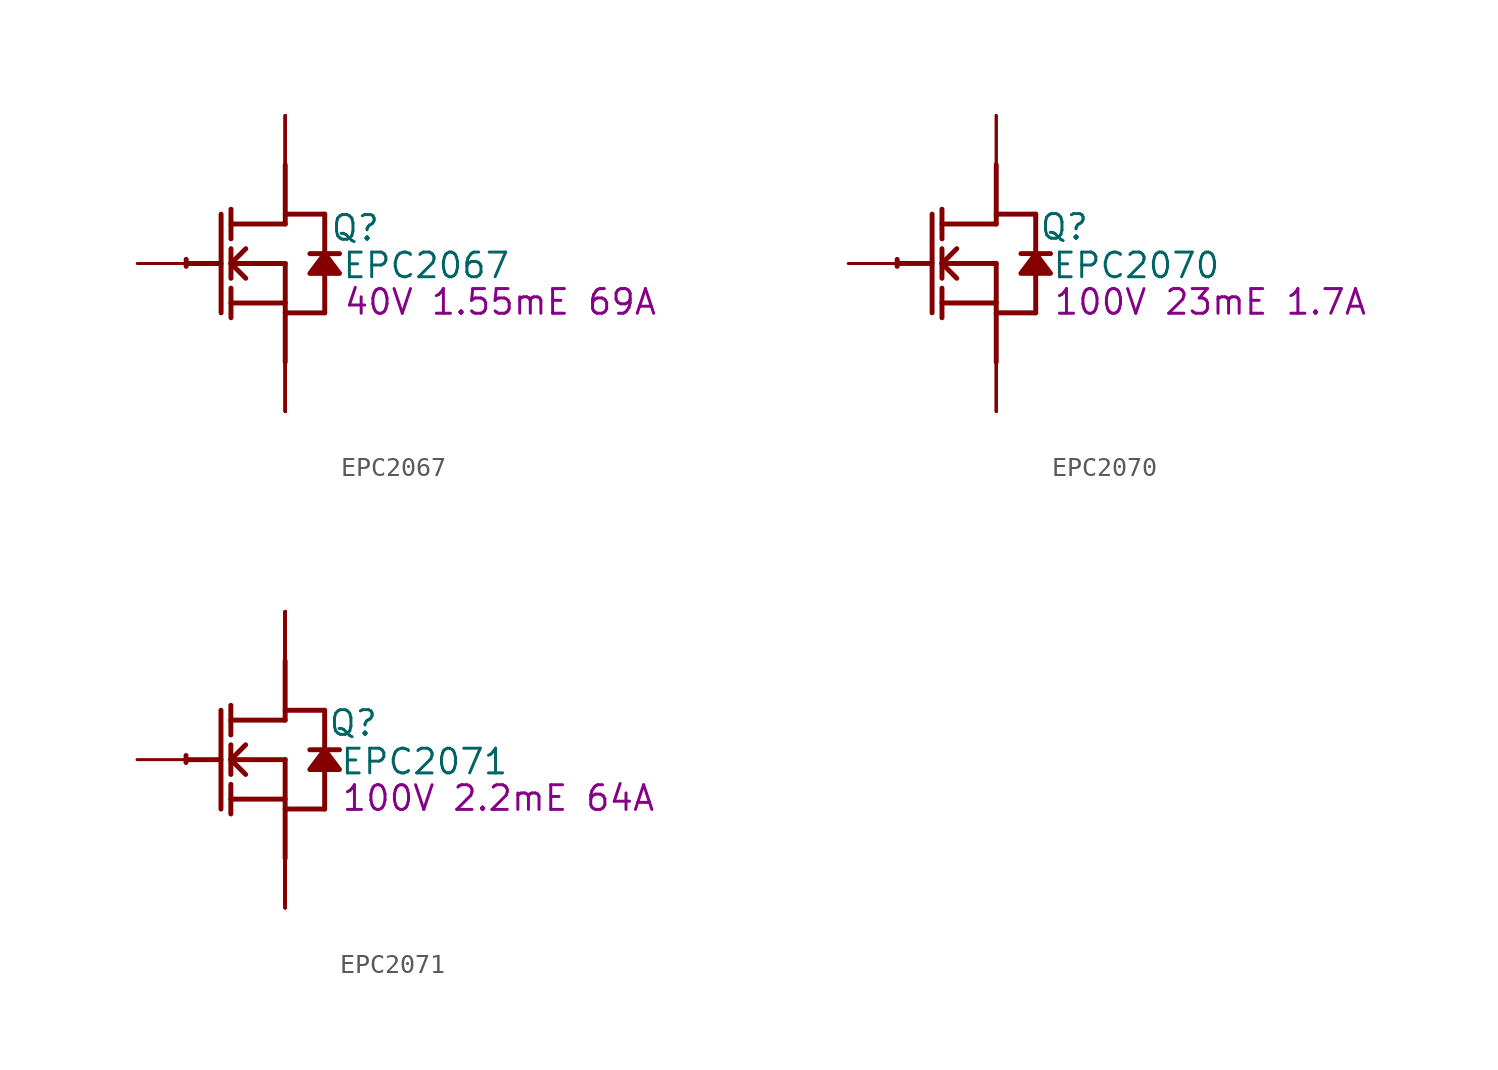
<source format=kicad_sym>
(kicad_symbol_lib
  (version 20220914)
  (generator kicad_symbol_editor)
  (symbol "EPC2067"
    (property "Reference" "Q"
      (at 3.607 1.829 0)
      (effects (font (size 1.27 1.27))))
    (property "Value" "EPC2067"
      (at 7.264 -0.102 0)
      (effects (font (size 1.27 1.27))))
    (property "Description" "40V 1.55mE 69A"
      (at 11.074 -1.981 0)
      (effects (font (size 1.27 1.27))))
    (symbol "EPC2067_1_0"
      (arc (start -5.0996 0.2128) (mid -5.1039 0.0331) (end -5.1019 -0.1467) (stroke (width 0.254) (type solid)) (fill (type none)))
      (polyline (pts (xy -5.08 0) (xy -3.302 0)) (stroke (width 0.254) (type solid)) (fill (type none)))
      (polyline (pts (xy -3.302 2.54) (xy -3.302 -2.54)) (stroke (width 0.254) (type solid)) (fill (type none)))
      (polyline (pts (xy -2.794 -2.794) (xy -2.794 -1.27)) (stroke (width 0.254) (type solid)) (fill (type none)))
      (polyline (pts (xy -2.794 -2.032) (xy 0 -2.032)) (stroke (width 0.254) (type solid)) (fill (type none)))
      (polyline (pts (xy -2.794 -0.762) (xy -2.794 0.762)) (stroke (width 0.254) (type solid)) (fill (type none)))
      (polyline (pts (xy -2.794 0) (xy -2.032 0.762)) (stroke (width 0.254) (type solid)) (fill (type none)))
      (polyline (pts (xy -2.794 0) (xy 0 0)) (stroke (width 0.254) (type solid)) (fill (type none)))
      (polyline (pts (xy -2.794 1.27) (xy -2.794 2.794)) (stroke (width 0.254) (type solid)) (fill (type none)))
      (polyline (pts (xy -2.032 -0.762) (xy -2.794 0)) (stroke (width 0.254) (type solid)) (fill (type none)))
      (polyline (pts (xy 0 -2.54) (xy 2.032 -2.54)) (stroke (width 0.254) (type solid)) (fill (type none)))
      (polyline (pts (xy 0 0) (xy 0 -5.08)) (stroke (width 0.254) (type solid)) (fill (type none)))
      (polyline (pts (xy 0 2.032) (xy -2.794 2.032)) (stroke (width 0.254) (type solid)) (fill (type none)))
      (polyline (pts (xy 0 2.032) (xy 0 5.08)) (stroke (width 0.254) (type solid)) (fill (type none)))
      (polyline (pts (xy 0 2.54) (xy 2.032 2.54)) (stroke (width 0.254) (type solid)) (fill (type none)))
      (polyline (pts (xy 2.032 -0.508) (xy 2.032 -2.54)) (stroke (width 0.254) (type solid)) (fill (type none)))
      (polyline (pts (xy 2.032 2.54) (xy 2.032 0.508)) (stroke (width 0.254) (type solid)) (fill (type none)))
      (polyline (pts (xy 2.794 0.508) (xy 1.27 0.508)) (stroke (width 0.254) (type solid)) (fill (type none)))
      (polyline (pts (xy 2.032 0.508) (xy 1.27 -0.508) (xy 2.794 -0.508) (xy 2.032 0.508)) (stroke (width 0.254) (type solid)) (fill (type outline)))
      (pin passive line (at -7.62 0 0) (length 2.54) (name "G" (effects (font (size 0 0)))) (number "1" (effects (font (size 0 0)))))
      (pin open_emitter line (at 0 -7.62 90) (length 2.54) (name "S5" (effects (font (size 0 0)))) (number "10" (effects (font (size 0 0)))))
      (pin open_collector line (at 0 7.62 270) (length 2.54) (name "D5" (effects (font (size 0 0)))) (number "11" (effects (font (size 0 0)))))
      (pin open_collector line (at 0 7.62 270) (length 2.54) (name "D6" (effects (font (size 0 0)))) (number "12" (effects (font (size 0 0)))))
      (pin open_emitter line (at 0 -7.62 90) (length 2.54) (name "S6" (effects (font (size 0 0)))) (number "13" (effects (font (size 0 0)))))
      (pin open_emitter line (at 0 -7.62 90) (length 2.54) (name "S7" (effects (font (size 0 0)))) (number "14" (effects (font (size 0 0)))))
      (pin open_emitter line (at 0 -7.62 90) (length 2.54) (name "S1" (effects (font (size 0 0)))) (number "2" (effects (font (size 0 0)))))
      (pin open_collector line (at 0 7.62 270) (length 2.54) (name "D1" (effects (font (size 0 0)))) (number "3" (effects (font (size 0 0)))))
      (pin open_collector line (at 0 7.62 270) (length 2.54) (name "D2" (effects (font (size 0 0)))) (number "4" (effects (font (size 0 0)))))
      (pin open_emitter line (at 0 -7.62 90) (length 2.54) (name "S2" (effects (font (size 0 0)))) (number "5" (effects (font (size 0 0)))))
      (pin open_emitter line (at 0 -7.62 90) (length 2.54) (name "S3" (effects (font (size 0 0)))) (number "6" (effects (font (size 0 0)))))
      (pin open_collector line (at 0 7.62 270) (length 2.54) (name "D3" (effects (font (size 0 0)))) (number "7" (effects (font (size 0 0)))))
      (pin open_collector line (at 0 7.62 270) (length 2.54) (name "D4" (effects (font (size 0 0)))) (number "8" (effects (font (size 0 0)))))
      (pin open_emitter line (at 0 -7.62 90) (length 2.54) (name "S4" (effects (font (size 0 0)))) (number "9" (effects (font (size 0 0)))))))
  (symbol "EPC2070"
    (property "Reference" "Q"
      (at 3.505 1.88 0)
      (effects (font (size 1.27 1.27))))
    (property "Value" "EPC2070"
      (at 7.214 -0.102 0)
      (effects (font (size 1.27 1.27))))
    (property "Description" "100V 23mE 1.7A"
      (at 11.024 -1.981 0)
      (effects (font (size 1.27 1.27))))
    (symbol "EPC2070_1_0"
      (arc (start -5.0996 0.2128) (mid -5.1039 0.0331) (end -5.1019 -0.1467) (stroke (width 0.254) (type solid)) (fill (type none)))
      (polyline (pts (xy -5.08 0) (xy -3.302 0)) (stroke (width 0.254) (type solid)) (fill (type none)))
      (polyline (pts (xy -3.302 2.54) (xy -3.302 -2.54)) (stroke (width 0.254) (type solid)) (fill (type none)))
      (polyline (pts (xy -2.794 -2.794) (xy -2.794 -1.27)) (stroke (width 0.254) (type solid)) (fill (type none)))
      (polyline (pts (xy -2.794 -2.032) (xy 0 -2.032)) (stroke (width 0.254) (type solid)) (fill (type none)))
      (polyline (pts (xy -2.794 -0.762) (xy -2.794 0.762)) (stroke (width 0.254) (type solid)) (fill (type none)))
      (polyline (pts (xy -2.794 0) (xy -2.032 0.762)) (stroke (width 0.254) (type solid)) (fill (type none)))
      (polyline (pts (xy -2.794 0) (xy 0 0)) (stroke (width 0.254) (type solid)) (fill (type none)))
      (polyline (pts (xy -2.794 1.27) (xy -2.794 2.794)) (stroke (width 0.254) (type solid)) (fill (type none)))
      (polyline (pts (xy -2.032 -0.762) (xy -2.794 0)) (stroke (width 0.254) (type solid)) (fill (type none)))
      (polyline (pts (xy 0 -2.54) (xy 2.032 -2.54)) (stroke (width 0.254) (type solid)) (fill (type none)))
      (polyline (pts (xy 0 0) (xy 0 -5.08)) (stroke (width 0.254) (type solid)) (fill (type none)))
      (polyline (pts (xy 0 2.032) (xy -2.794 2.032)) (stroke (width 0.254) (type solid)) (fill (type none)))
      (polyline (pts (xy 0 2.032) (xy 0 5.08)) (stroke (width 0.254) (type solid)) (fill (type none)))
      (polyline (pts (xy 0 2.54) (xy 2.032 2.54)) (stroke (width 0.254) (type solid)) (fill (type none)))
      (polyline (pts (xy 2.032 -0.508) (xy 2.032 -2.54)) (stroke (width 0.254) (type solid)) (fill (type none)))
      (polyline (pts (xy 2.032 2.54) (xy 2.032 0.508)) (stroke (width 0.254) (type solid)) (fill (type none)))
      (polyline (pts (xy 2.794 0.508) (xy 1.27 0.508)) (stroke (width 0.254) (type solid)) (fill (type none)))
      (polyline (pts (xy 2.032 0.508) (xy 1.27 -0.508) (xy 2.794 -0.508) (xy 2.032 0.508)) (stroke (width 0.254) (type solid)) (fill (type outline)))
      (pin passive line (at -7.62 0 0) (length 2.54) (name "G" (effects (font (size 0 0)))) (number "1" (effects (font (size 0 0)))))
      (pin open_emitter line (at 0 -7.62 90) (length 2.54) (name "S1" (effects (font (size 0 0)))) (number "2" (effects (font (size 0 0)))))
      (pin open_collector line (at 0 7.62 270) (length 2.54) (name "D1" (effects (font (size 0 0)))) (number "3" (effects (font (size 0 0)))))
      (pin open_collector line (at 0 7.62 270) (length 2.54) (name "D2" (effects (font (size 0 0)))) (number "4" (effects (font (size 0 0)))))
      (pin open_emitter line (at 0 -7.62 90) (length 2.54) (name "S2" (effects (font (size 0 0)))) (number "5" (effects (font (size 0 0)))))
      (pin open_emitter line (at 0 -7.62 90) (length 2.54) (name "Sub" (effects (font (size 0 0)))) (number "6" (effects (font (size 0 0)))))))
  (symbol "EPC2071"
    (property "Reference" "Q"
      (at 3.505 1.88 0)
      (effects (font (size 1.27 1.27))))
    (property "Value" "EPC2071"
      (at 7.163 -0.102 0)
      (effects (font (size 1.27 1.27))))
    (property "Description" "100V 2.2mE 64A"
      (at 10.973 -1.981 0)
      (effects (font (size 1.27 1.27))))
    (symbol "EPC2071_1_0"
      (arc (start -5.0996 0.2128) (mid -5.1039 0.0331) (end -5.1019 -0.1467) (stroke (width 0.254) (type solid)) (fill (type none)))
      (polyline (pts (xy -5.08 0) (xy -3.302 0)) (stroke (width 0.254) (type solid)) (fill (type none)))
      (polyline (pts (xy -3.302 2.54) (xy -3.302 -2.54)) (stroke (width 0.254) (type solid)) (fill (type none)))
      (polyline (pts (xy -2.794 -2.794) (xy -2.794 -1.27)) (stroke (width 0.254) (type solid)) (fill (type none)))
      (polyline (pts (xy -2.794 -2.032) (xy 0 -2.032)) (stroke (width 0.254) (type solid)) (fill (type none)))
      (polyline (pts (xy -2.794 -0.762) (xy -2.794 0.762)) (stroke (width 0.254) (type solid)) (fill (type none)))
      (polyline (pts (xy -2.794 0) (xy -2.032 0.762)) (stroke (width 0.254) (type solid)) (fill (type none)))
      (polyline (pts (xy -2.794 0) (xy 0 0)) (stroke (width 0.254) (type solid)) (fill (type none)))
      (polyline (pts (xy -2.794 1.27) (xy -2.794 2.794)) (stroke (width 0.254) (type solid)) (fill (type none)))
      (polyline (pts (xy -2.032 -0.762) (xy -2.794 0)) (stroke (width 0.254) (type solid)) (fill (type none)))
      (polyline (pts (xy 0 -2.54) (xy 2.032 -2.54)) (stroke (width 0.254) (type solid)) (fill (type none)))
      (polyline (pts (xy 0 0) (xy 0 -5.08)) (stroke (width 0.254) (type solid)) (fill (type none)))
      (polyline (pts (xy 0 2.032) (xy -2.794 2.032)) (stroke (width 0.254) (type solid)) (fill (type none)))
      (polyline (pts (xy 0 2.032) (xy 0 5.08)) (stroke (width 0.254) (type solid)) (fill (type none)))
      (polyline (pts (xy 0 2.54) (xy 2.032 2.54)) (stroke (width 0.254) (type solid)) (fill (type none)))
      (polyline (pts (xy 2.032 -0.508) (xy 2.032 -2.54)) (stroke (width 0.254) (type solid)) (fill (type none)))
      (polyline (pts (xy 2.032 2.54) (xy 2.032 0.508)) (stroke (width 0.254) (type solid)) (fill (type none)))
      (polyline (pts (xy 2.794 0.508) (xy 1.27 0.508)) (stroke (width 0.254) (type solid)) (fill (type none)))
      (polyline (pts (xy 2.032 0.508) (xy 1.27 -0.508) (xy 2.794 -0.508) (xy 2.032 0.508)) (stroke (width 0.254) (type solid)) (fill (type outline)))
      (pin passive line (at -7.62 0 0) (length 2.54) (name "G" (effects (font (size 0 0)))) (number "1" (effects (font (size 0 0)))))
      (pin open_emitter line (at 0 -7.62 90) (length 2.54) (name "S5" (effects (font (size 0 0)))) (number "10" (effects (font (size 0 0)))))
      (pin open_collector line (at 0 7.62 270) (length 2.54) (name "D5" (effects (font (size 0 0)))) (number "11" (effects (font (size 0 0)))))
      (pin open_collector line (at 0 7.62 270) (length 2.54) (name "D6" (effects (font (size 0 0)))) (number "12" (effects (font (size 0 0)))))
      (pin open_emitter line (at 0 -7.62 90) (length 2.54) (name "S6" (effects (font (size 0 0)))) (number "13" (effects (font (size 0 0)))))
      (pin open_emitter line (at 0 -7.62 90) (length 2.54) (name "S7" (effects (font (size 0 0)))) (number "14" (effects (font (size 0 0)))))
      (pin open_collector line (at 0 7.62 270) (length 2.54) (name "D7" (effects (font (size 0 0)))) (number "15" (effects (font (size 0 0)))))
      (pin open_collector line (at 0 7.62 270) (length 2.54) (name "D8" (effects (font (size 0 0)))) (number "16" (effects (font (size 0 0)))))
      (pin open_emitter line (at 0 -7.62 90) (length 2.54) (name "S8" (effects (font (size 0 0)))) (number "17" (effects (font (size 0 0)))))
      (pin open_emitter line (at 0 -7.62 90) (length 2.54) (name "S9" (effects (font (size 0 0)))) (number "18" (effects (font (size 0 0)))))
      (pin open_collector line (at 0 7.62 270) (length 2.54) (name "D9" (effects (font (size 0 0)))) (number "19" (effects (font (size 0 0)))))
      (pin open_emitter line (at 0 -7.62 90) (length 2.54) (name "S1" (effects (font (size 0 0)))) (number "2" (effects (font (size 0 0)))))
      (pin open_collector line (at 0 7.62 270) (length 2.54) (name "D10" (effects (font (size 0 0)))) (number "20" (effects (font (size 0 0)))))
      (pin open_emitter line (at 0 -7.62 90) (length 2.54) (name "S10" (effects (font (size 0 0)))) (number "21" (effects (font (size 0 0)))))
      (pin open_emitter line (at 0 -7.62 90) (length 2.54) (name "S11" (effects (font (size 0 0)))) (number "22" (effects (font (size 0 0)))))
      (pin open_collector line (at 0 7.62 270) (length 2.54) (name "D1" (effects (font (size 0 0)))) (number "3" (effects (font (size 0 0)))))
      (pin open_collector line (at 0 7.62 270) (length 2.54) (name "D2" (effects (font (size 0 0)))) (number "4" (effects (font (size 0 0)))))
      (pin open_emitter line (at 0 -7.62 90) (length 2.54) (name "S2" (effects (font (size 0 0)))) (number "5" (effects (font (size 0 0)))))
      (pin open_emitter line (at 0 -7.62 90) (length 2.54) (name "S3" (effects (font (size 0 0)))) (number "6" (effects (font (size 0 0)))))
      (pin open_collector line (at 0 7.62 270) (length 2.54) (name "D3" (effects (font (size 0 0)))) (number "7" (effects (font (size 0 0)))))
      (pin open_collector line (at 0 7.62 270) (length 2.54) (name "D4" (effects (font (size 0 0)))) (number "8" (effects (font (size 0 0)))))
      (pin open_emitter line (at 0 -7.62 90) (length 2.54) (name "S4" (effects (font (size 0 0)))) (number "9" (effects (font (size 0 0))))))))
</source>
